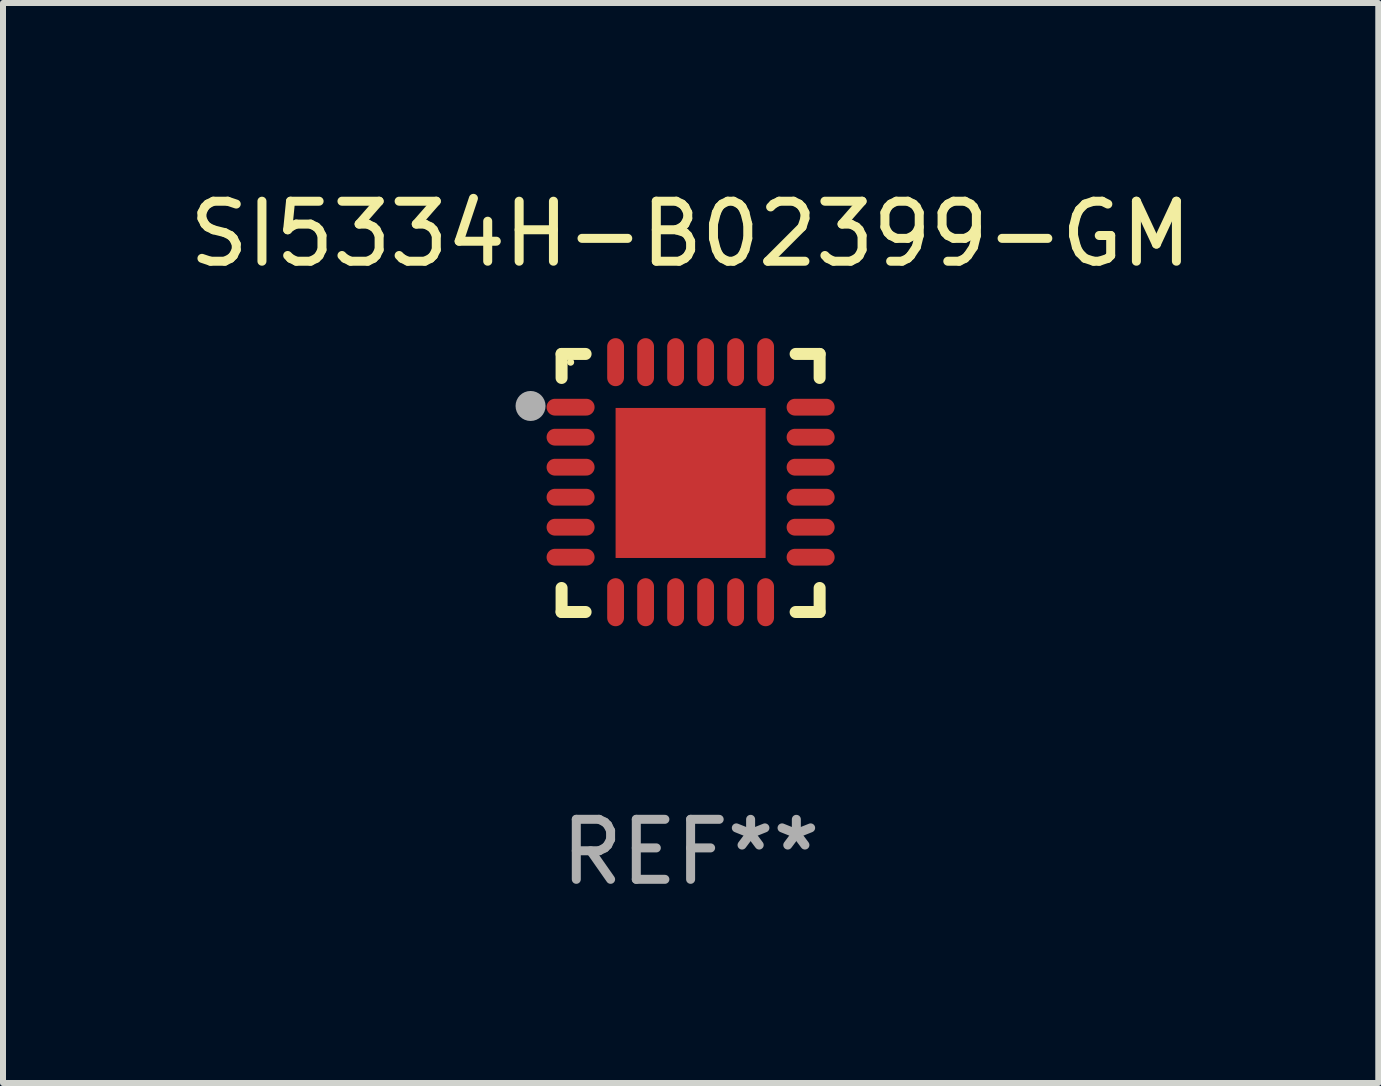
<source format=kicad_pcb>
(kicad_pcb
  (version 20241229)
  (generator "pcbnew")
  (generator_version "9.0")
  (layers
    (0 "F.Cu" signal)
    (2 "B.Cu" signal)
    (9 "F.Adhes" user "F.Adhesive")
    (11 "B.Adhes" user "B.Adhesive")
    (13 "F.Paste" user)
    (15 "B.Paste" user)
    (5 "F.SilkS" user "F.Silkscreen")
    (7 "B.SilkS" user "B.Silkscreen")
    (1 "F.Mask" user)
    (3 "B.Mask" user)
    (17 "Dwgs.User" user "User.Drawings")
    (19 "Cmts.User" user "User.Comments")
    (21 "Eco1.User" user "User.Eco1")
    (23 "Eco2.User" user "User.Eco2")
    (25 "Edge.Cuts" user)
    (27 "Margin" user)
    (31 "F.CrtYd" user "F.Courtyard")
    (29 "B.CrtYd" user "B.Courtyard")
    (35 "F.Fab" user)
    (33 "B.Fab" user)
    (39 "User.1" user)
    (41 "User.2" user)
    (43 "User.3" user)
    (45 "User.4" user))
  (footprint "SI5334H-B02399-GM"
    (layer "F.Cu")
    (at 8.458 4.998)
    (property "Reference" "SI5334H-B02399-GM" (at 0 -4.15 0) (layer "F.SilkS") (effects (font (size 1 1) (thickness 0.15))))
    (attr through_hole)
    (fp_line (start -2.15 -2.15) (end -1.75 -2.15) (stroke (width 0.2) (type solid)) (layer "F.SilkS"))
    (fp_line (start -2.15 -1.75) (end -2.15 -2.15) (stroke (width 0.2) (type solid)) (layer "F.SilkS"))
    (fp_line (start -2.15 2.15) (end -2.15 1.75) (stroke (width 0.2) (type solid)) (layer "F.SilkS"))
    (fp_line (start -1.75 2.15) (end -2.15 2.15) (stroke (width 0.2) (type solid)) (layer "F.SilkS"))
    (fp_line (start 1.75 -2.15) (end 2.15 -2.15) (stroke (width 0.2) (type solid)) (layer "F.SilkS"))
    (fp_line (start 1.75 2.15) (end 2.15 2.15) (stroke (width 0.2) (type solid)) (layer "F.SilkS"))
    (fp_line (start 2.15 -2.15) (end 2.15 -1.75) (stroke (width 0.2) (type solid)) (layer "F.SilkS"))
    (fp_line (start 2.15 2.15) (end 2.15 1.75) (stroke (width 0.2) (type solid)) (layer "F.SilkS"))
    (fp_circle (center -2 -2.013) (end -1.97 -2.013) (stroke (width 0.06) (type solid)) (fill no) (layer "F.SilkS"))
    (fp_circle (center -2.667 -1.283) (end -2.542 -1.283) (stroke (width 0.25) (type solid)) (fill no) (layer "F.Fab"))
    (fp_text user "REF**" (at 0 6.15 0) (layer "F.Fab") (effects (font (size 1 1) (thickness 0.15))))
    (pad "1" smd oval (at -2 -1.263) (size 0.8 0.28) (layers "F.Cu" "F.Mask" "F.Paste"))
    (pad "2" smd oval (at -2 -0.763) (size 0.8 0.28) (layers "F.Cu" "F.Mask" "F.Paste"))
    (pad "3" smd oval (at -2 -0.263) (size 0.8 0.28) (layers "F.Cu" "F.Mask" "F.Paste"))
    (pad "4" smd oval (at -2 0.237) (size 0.8 0.28) (layers "F.Cu" "F.Mask" "F.Paste"))
    (pad "5" smd oval (at -2 0.737) (size 0.8 0.28) (layers "F.Cu" "F.Mask" "F.Paste"))
    (pad "6" smd oval (at -2 1.237) (size 0.8 0.28) (layers "F.Cu" "F.Mask" "F.Paste"))
    (pad "7" smd oval (at -1.25 1.987) (size 0.28 0.8) (layers "F.Cu" "F.Mask" "F.Paste"))
    (pad "8" smd oval (at -0.75 1.987) (size 0.28 0.8) (layers "F.Cu" "F.Mask" "F.Paste"))
    (pad "9" smd oval (at -0.25 1.987) (size 0.28 0.8) (layers "F.Cu" "F.Mask" "F.Paste"))
    (pad "10" smd oval (at 0.25 1.987) (size 0.28 0.8) (layers "F.Cu" "F.Mask" "F.Paste"))
    (pad "11" smd oval (at 0.75 1.987) (size 0.28 0.8) (layers "F.Cu" "F.Mask" "F.Paste"))
    (pad "12" smd oval (at 1.25 1.987) (size 0.28 0.8) (layers "F.Cu" "F.Mask" "F.Paste"))
    (pad "13" smd oval (at 2 1.237) (size 0.8 0.28) (layers "F.Cu" "F.Mask" "F.Paste"))
    (pad "14" smd oval (at 2 0.737) (size 0.8 0.28) (layers "F.Cu" "F.Mask" "F.Paste"))
    (pad "15" smd oval (at 2 0.237) (size 0.8 0.28) (layers "F.Cu" "F.Mask" "F.Paste"))
    (pad "16" smd oval (at 2 -0.263) (size 0.8 0.28) (layers "F.Cu" "F.Mask" "F.Paste"))
    (pad "17" smd oval (at 2 -0.763) (size 0.8 0.28) (layers "F.Cu" "F.Mask" "F.Paste"))
    (pad "18" smd oval (at 2 -1.263) (size 0.8 0.28) (layers "F.Cu" "F.Mask" "F.Paste"))
    (pad "19" smd oval (at 1.25 -2.013) (size 0.28 0.8) (layers "F.Cu" "F.Mask" "F.Paste"))
    (pad "20" smd oval (at 0.75 -2.013) (size 0.28 0.8) (layers "F.Cu" "F.Mask" "F.Paste"))
    (pad "21" smd oval (at 0.25 -2.013) (size 0.28 0.8) (layers "F.Cu" "F.Mask" "F.Paste"))
    (pad "22" smd oval (at -0.25 -2.013) (size 0.28 0.8) (layers "F.Cu" "F.Mask" "F.Paste"))
    (pad "23" smd oval (at -0.75 -2.013) (size 0.28 0.8) (layers "F.Cu" "F.Mask" "F.Paste"))
    (pad "24" smd oval (at -1.25 -2.013) (size 0.28 0.8) (layers "F.Cu" "F.Mask" "F.Paste"))
    (pad "25" smd rect (at -0.000127 -0.00014) (size 2.5 2.5) (layers "F.Cu" "F.Mask" "F.Paste")))
  (gr_rect
    (start -3 -3)
    (end 19.917 14.997)
    (stroke (width 0.1) (type default))
    (fill no)
    (layer "Edge.Cuts")))
</source>
